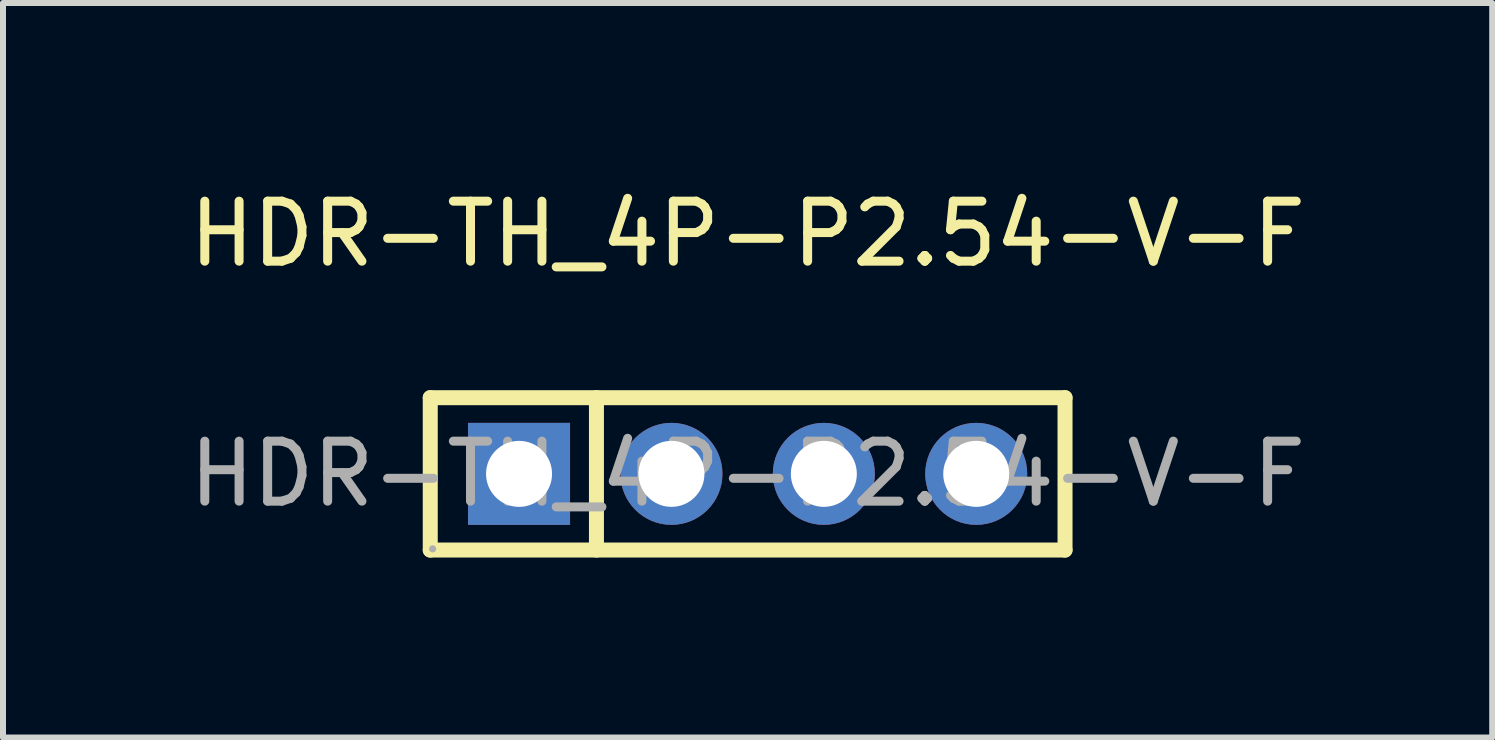
<source format=kicad_pcb>
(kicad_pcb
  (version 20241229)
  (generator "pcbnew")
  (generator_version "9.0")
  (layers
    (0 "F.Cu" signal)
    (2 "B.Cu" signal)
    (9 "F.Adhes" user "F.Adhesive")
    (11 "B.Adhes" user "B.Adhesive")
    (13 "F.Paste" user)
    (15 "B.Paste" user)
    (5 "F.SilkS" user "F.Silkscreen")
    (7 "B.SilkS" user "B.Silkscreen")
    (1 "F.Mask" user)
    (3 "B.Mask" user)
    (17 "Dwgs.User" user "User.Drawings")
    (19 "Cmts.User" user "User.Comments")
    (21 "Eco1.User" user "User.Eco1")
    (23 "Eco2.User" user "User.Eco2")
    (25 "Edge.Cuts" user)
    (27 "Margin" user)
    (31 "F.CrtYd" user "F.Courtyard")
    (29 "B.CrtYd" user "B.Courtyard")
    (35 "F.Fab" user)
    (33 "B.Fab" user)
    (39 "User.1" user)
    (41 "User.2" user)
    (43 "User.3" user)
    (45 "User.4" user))
  (footprint "HDR-TH_4P-P2.54-V-F"
    (layer "F.Cu")
    (at 9.411 4.848)
    (property "Reference" "HDR-TH_4P-P2.54-V-F" (at 0 -4 0) (layer "F.SilkS") (effects (font (size 1 1) (thickness 0.15))))
    (attr through_hole)
    (fp_line (start -5.29 -1.27) (end -5.29 1.27) (stroke (width 0.25) (type solid)) (layer "F.SilkS"))
    (fp_line (start -5.29 -1.27) (end 5.29 -1.27) (stroke (width 0.25) (type solid)) (layer "F.SilkS"))
    (fp_line (start -5.29 1.27) (end 5.29 1.27) (stroke (width 0.25) (type solid)) (layer "F.SilkS"))
    (fp_line (start -2.52 -1.27) (end -2.52 1.27) (stroke (width 0.25) (type solid)) (layer "F.SilkS"))
    (fp_line (start 5.29 -1.27) (end 5.29 1.27) (stroke (width 0.25) (type solid)) (layer "F.SilkS"))
    (fp_circle (center -5.25 1.25) (end -5.22 1.25) (stroke (width 0.06) (type solid)) (fill no) (layer "F.Fab"))
    (fp_text user "${REFERENCE}" (at 0 0 0) (layer "F.Fab") (effects (font (size 1 1) (thickness 0.15))))
    (pad "1" thru_hole rect (at -3.81 0) (size 1.7 1.7) (drill 1.1) (layers "*.Cu" "*.Mask"))
    (pad "2" thru_hole circle (at -1.27 0) (size 1.7 1.7) (drill 1.1) (layers "*.Cu" "*.Mask"))
    (pad "3" thru_hole circle (at 1.27 0) (size 1.7 1.7) (drill 1.1) (layers "*.Cu" "*.Mask"))
    (pad "4" thru_hole circle (at 3.81 0) (size 1.7 1.7) (drill 1.1) (layers "*.Cu" "*.Mask")))
  (gr_rect
    (start -3 -3)
    (end 21.821 9.243)
    (stroke (width 0.1) (type default))
    (fill no)
    (layer "Edge.Cuts")))
</source>
